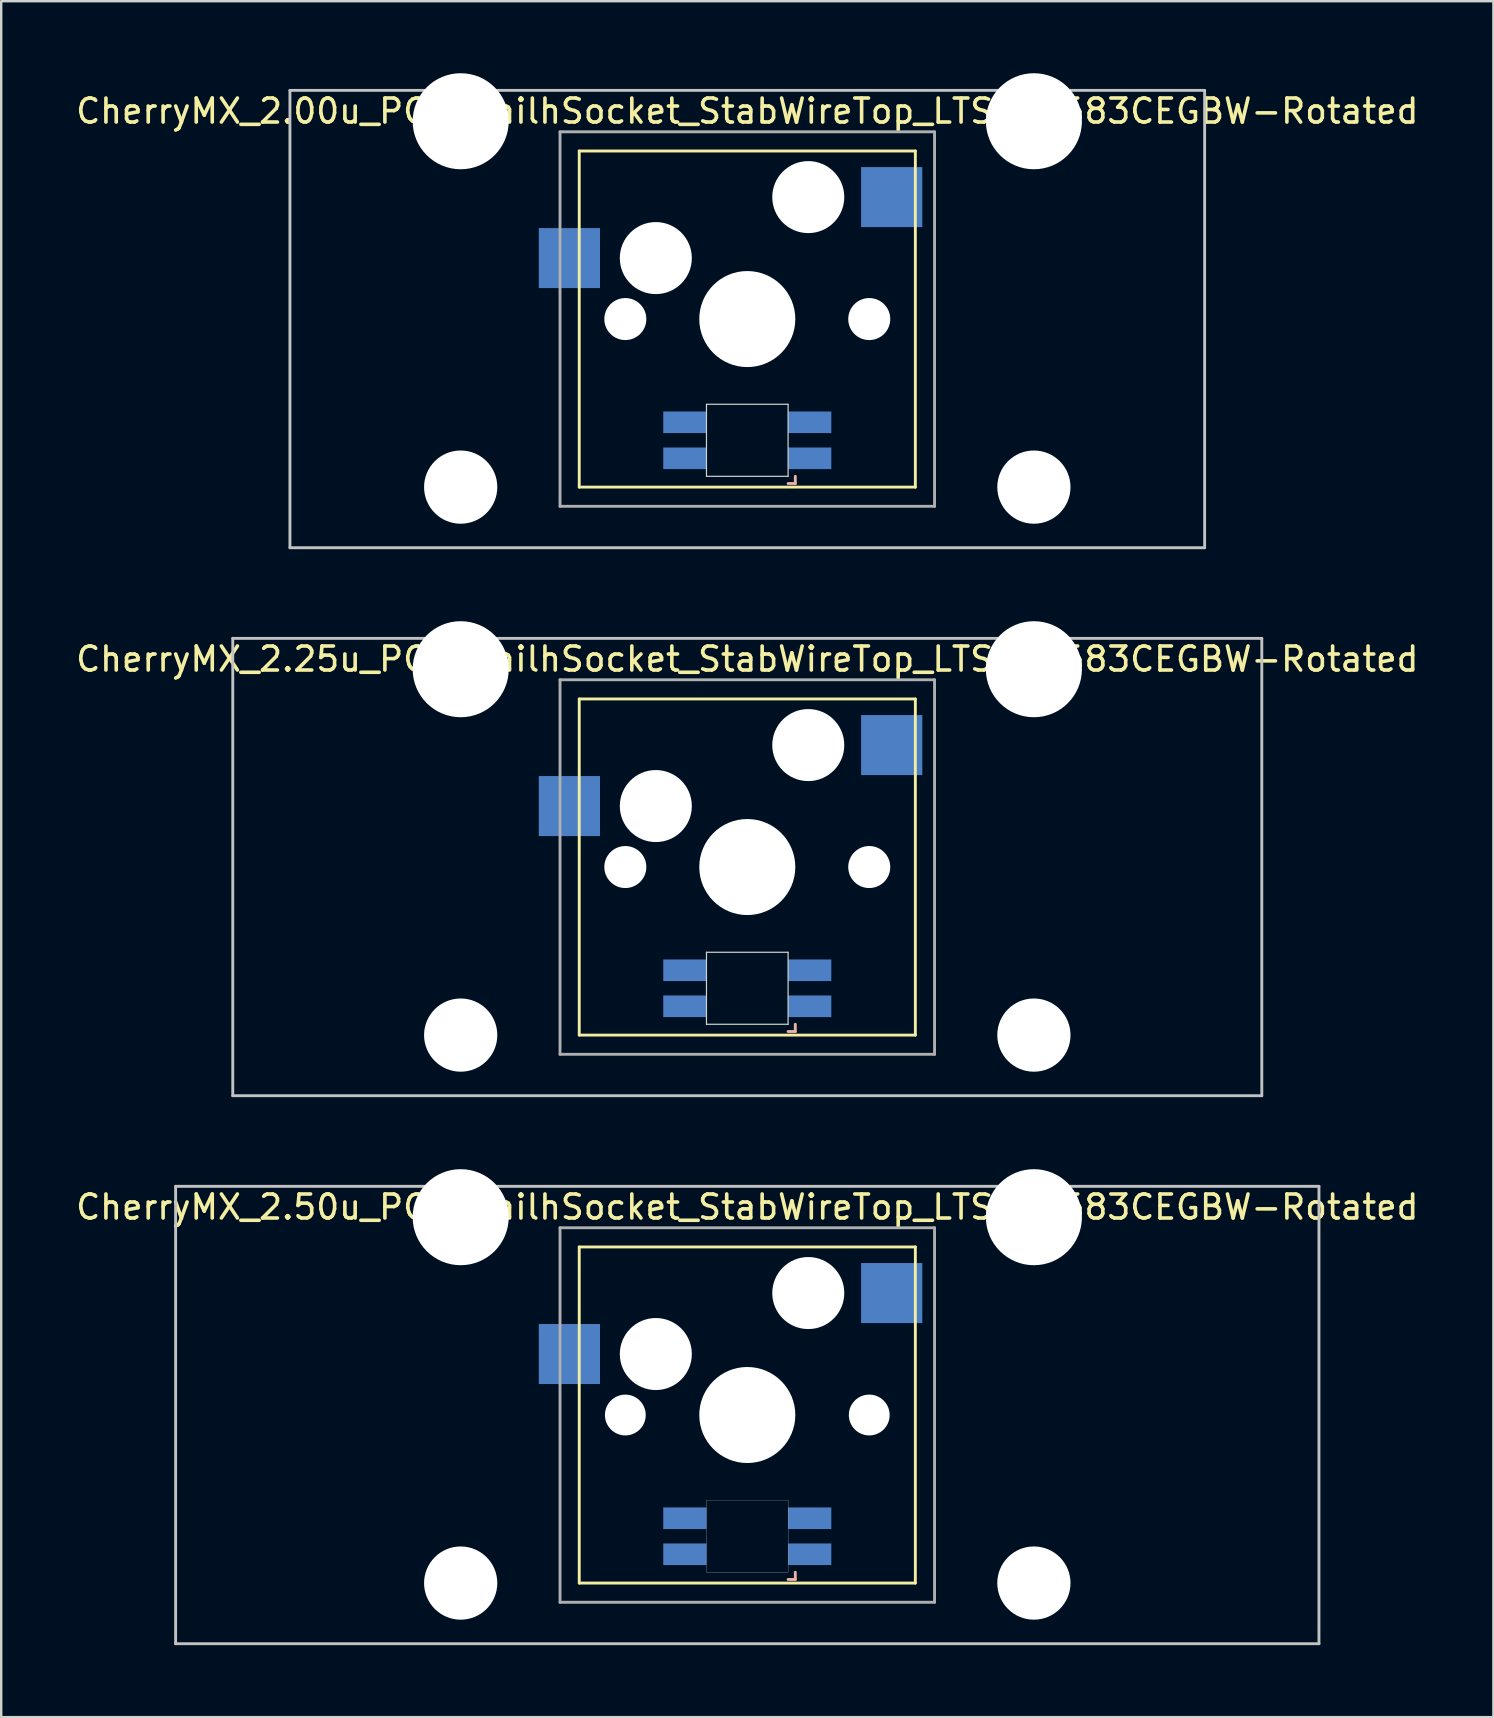
<source format=kicad_pcb>
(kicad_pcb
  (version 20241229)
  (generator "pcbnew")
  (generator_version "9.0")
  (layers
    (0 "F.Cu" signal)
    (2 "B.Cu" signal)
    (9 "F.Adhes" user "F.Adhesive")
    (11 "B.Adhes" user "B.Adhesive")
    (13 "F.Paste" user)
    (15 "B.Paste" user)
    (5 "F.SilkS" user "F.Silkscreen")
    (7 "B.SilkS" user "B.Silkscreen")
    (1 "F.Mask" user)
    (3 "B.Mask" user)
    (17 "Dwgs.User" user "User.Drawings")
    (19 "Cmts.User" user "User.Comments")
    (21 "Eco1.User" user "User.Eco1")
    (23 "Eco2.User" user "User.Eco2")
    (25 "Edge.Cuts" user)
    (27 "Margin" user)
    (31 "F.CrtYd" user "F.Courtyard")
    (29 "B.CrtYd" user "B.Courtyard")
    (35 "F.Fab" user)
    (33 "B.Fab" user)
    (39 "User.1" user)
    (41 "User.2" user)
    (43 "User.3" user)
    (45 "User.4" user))
  (footprint "CherryMX_2.25u_PCB_KailhSocket_StabWireTop_LTST-A683CEGBW-Rotated"
    (layer "F.Cu")
    (at 28.077 33.065)
    (property "Reference" "CherryMX_2.25u_PCB_KailhSocket_StabWireTop_LTST-A683CEGBW-Rotated" (at 0 -8.662 0) (layer "F.SilkS") (effects (font (size 1 1) (thickness 0.15))))
    (attr through_hole)
    (fp_line (start -7 -7) (end -7 7) (stroke (width 0.12) (type solid)) (layer "F.SilkS"))
    (fp_line (start -7 -7) (end 7 -7) (stroke (width 0.12) (type solid)) (layer "F.SilkS"))
    (fp_line (start 7 -7) (end 7 7) (stroke (width 0.12) (type solid)) (layer "F.SilkS"))
    (fp_line (start 7 7) (end -7 7) (stroke (width 0.12) (type solid)) (layer "F.SilkS"))
    (fp_line (start 1.7 6.85) (end 2 6.85) (stroke (width 0.12) (type solid)) (layer "B.SilkS"))
    (fp_line (start 2 6.85) (end 2 6.55) (stroke (width 0.12) (type solid)) (layer "B.SilkS"))
    (fp_line (start -21.431 -9.525) (end 21.431 -9.525) (stroke (width 0.12) (type solid)) (layer "Dwgs.User"))
    (fp_line (start -21.431 9.525) (end -21.431 -9.525) (stroke (width 0.12) (type solid)) (layer "Dwgs.User"))
    (fp_line (start 21.431 -9.525) (end 21.431 9.525) (stroke (width 0.12) (type solid)) (layer "Dwgs.User"))
    (fp_line (start 21.431 9.525) (end -21.431 9.525) (stroke (width 0.12) (type solid)) (layer "Dwgs.User"))
    (fp_line (start -1.7 3.55) (end 1.7 3.55) (stroke (width 0.05) (type solid)) (layer "Edge.Cuts"))
    (fp_line (start -1.7 6.55) (end -1.7 3.55) (stroke (width 0.05) (type solid)) (layer "Edge.Cuts"))
    (fp_line (start 1.7 3.55) (end 1.7 6.55) (stroke (width 0.05) (type solid)) (layer "Edge.Cuts"))
    (fp_line (start 1.7 6.55) (end -1.7 6.55) (stroke (width 0.05) (type solid)) (layer "Edge.Cuts"))
    (fp_line (start -7.8 -7.8) (end -7.8 7.8) (stroke (width 0.12) (type solid)) (layer "F.Fab"))
    (fp_line (start -7.8 -7.8) (end 7.8 -7.8) (stroke (width 0.12) (type solid)) (layer "F.Fab"))
    (fp_line (start -7.8 7.8) (end 7.8 7.8) (stroke (width 0.12) (type solid)) (layer "F.Fab"))
    (fp_line (start 7.8 -7.8) (end 7.8 7.8) (stroke (width 0.12) (type solid)) (layer "F.Fab"))
    (pad "" np_thru_hole circle (at -11.938 -8.24) (size 4 4) (drill 4) (layers "*.Cu" "*.Mask"))
    (pad "" np_thru_hole circle (at -11.938 7) (size 3.05 3.05) (drill 3.05) (layers "*.Cu" "*.Mask"))
    (pad "" np_thru_hole circle (at -5.08 0) (size 1.75 1.75) (drill 1.75) (layers "*.Cu" "*.Mask"))
    (pad "" np_thru_hole circle (at -3.81 -2.54) (size 3 3) (drill 3) (layers "*.Cu" "*.Mask"))
    (pad "" np_thru_hole circle (at 0 0) (size 4 4) (drill 4) (layers "*.Cu" "*.Mask"))
    (pad "" np_thru_hole circle (at 2.54 -5.08) (size 3 3) (drill 3) (layers "*.Cu" "*.Mask"))
    (pad "" np_thru_hole circle (at 5.08 0) (size 1.75 1.75) (drill 1.75) (layers "*.Cu" "*.Mask"))
    (pad "" np_thru_hole circle (at 11.938 -8.24) (size 4 4) (drill 4) (layers "*.Cu" "*.Mask"))
    (pad "" np_thru_hole circle (at 11.938 7) (size 3.05 3.05) (drill 3.05) (layers "*.Cu" "*.Mask"))
    (pad "1" smd rect (at -7.41 -2.54) (size 2.55 2.5) (layers "B.Cu" "B.Mask" "B.Paste"))
    (pad "2" smd rect (at 6.015 -5.08) (size 2.55 2.5) (layers "B.Cu" "B.Mask" "B.Paste"))
    (pad "3" smd rect (at 2.6 5.8) (size 1.8 0.9) (layers "B.Cu" "B.Mask" "B.Paste"))
    (pad "4" smd rect (at 2.6 4.3) (size 1.8 0.9) (layers "B.Cu" "B.Mask" "B.Paste"))
    (pad "5" smd rect (at -2.6 5.8) (size 1.8 0.9) (layers "B.Cu" "B.Mask" "B.Paste"))
    (pad "6" smd rect (at -2.6 4.3) (size 1.8 0.9) (layers "B.Cu" "B.Mask" "B.Paste")))
  (footprint "CherryMX_2.00u_PCB_KailhSocket_StabWireTop_LTST-A683CEGBW-Rotated"
    (layer "F.Cu")
    (at 28.077 10.24)
    (property "Reference" "CherryMX_2.00u_PCB_KailhSocket_StabWireTop_LTST-A683CEGBW-Rotated" (at 0 -8.662 0) (layer "F.SilkS") (effects (font (size 1 1) (thickness 0.15))))
    (attr through_hole)
    (fp_line (start -7 -7) (end -7 7) (stroke (width 0.12) (type solid)) (layer "F.SilkS"))
    (fp_line (start -7 -7) (end 7 -7) (stroke (width 0.12) (type solid)) (layer "F.SilkS"))
    (fp_line (start 7 -7) (end 7 7) (stroke (width 0.12) (type solid)) (layer "F.SilkS"))
    (fp_line (start 7 7) (end -7 7) (stroke (width 0.12) (type solid)) (layer "F.SilkS"))
    (fp_line (start 1.7 6.85) (end 2 6.85) (stroke (width 0.12) (type solid)) (layer "B.SilkS"))
    (fp_line (start 2 6.85) (end 2 6.55) (stroke (width 0.12) (type solid)) (layer "B.SilkS"))
    (fp_line (start -19.05 -9.525) (end 19.05 -9.525) (stroke (width 0.12) (type solid)) (layer "Dwgs.User"))
    (fp_line (start -19.05 9.525) (end -19.05 -9.525) (stroke (width 0.12) (type solid)) (layer "Dwgs.User"))
    (fp_line (start 19.05 -9.525) (end 19.05 9.525) (stroke (width 0.12) (type solid)) (layer "Dwgs.User"))
    (fp_line (start 19.05 9.525) (end -19.05 9.525) (stroke (width 0.12) (type solid)) (layer "Dwgs.User"))
    (fp_line (start -1.7 3.55) (end 1.7 3.55) (stroke (width 0.05) (type solid)) (layer "Edge.Cuts"))
    (fp_line (start -1.7 6.55) (end -1.7 3.55) (stroke (width 0.05) (type solid)) (layer "Edge.Cuts"))
    (fp_line (start 1.7 3.55) (end 1.7 6.55) (stroke (width 0.05) (type solid)) (layer "Edge.Cuts"))
    (fp_line (start 1.7 6.55) (end -1.7 6.55) (stroke (width 0.05) (type solid)) (layer "Edge.Cuts"))
    (fp_line (start -7.8 -7.8) (end -7.8 7.8) (stroke (width 0.12) (type solid)) (layer "F.Fab"))
    (fp_line (start -7.8 -7.8) (end 7.8 -7.8) (stroke (width 0.12) (type solid)) (layer "F.Fab"))
    (fp_line (start -7.8 7.8) (end 7.8 7.8) (stroke (width 0.12) (type solid)) (layer "F.Fab"))
    (fp_line (start 7.8 -7.8) (end 7.8 7.8) (stroke (width 0.12) (type solid)) (layer "F.Fab"))
    (pad "" np_thru_hole circle (at -11.938 -8.24) (size 4 4) (drill 4) (layers "*.Cu" "*.Mask"))
    (pad "" np_thru_hole circle (at -11.938 7) (size 3.05 3.05) (drill 3.05) (layers "*.Cu" "*.Mask"))
    (pad "" np_thru_hole circle (at -5.08 0) (size 1.75 1.75) (drill 1.75) (layers "*.Cu" "*.Mask"))
    (pad "" np_thru_hole circle (at -3.81 -2.54) (size 3 3) (drill 3) (layers "*.Cu" "*.Mask"))
    (pad "" np_thru_hole circle (at 0 0) (size 4 4) (drill 4) (layers "*.Cu" "*.Mask"))
    (pad "" np_thru_hole circle (at 2.54 -5.08) (size 3 3) (drill 3) (layers "*.Cu" "*.Mask"))
    (pad "" np_thru_hole circle (at 5.08 0) (size 1.75 1.75) (drill 1.75) (layers "*.Cu" "*.Mask"))
    (pad "" np_thru_hole circle (at 11.938 -8.24) (size 4 4) (drill 4) (layers "*.Cu" "*.Mask"))
    (pad "" np_thru_hole circle (at 11.938 7) (size 3.05 3.05) (drill 3.05) (layers "*.Cu" "*.Mask"))
    (pad "1" smd rect (at -7.41 -2.54) (size 2.55 2.5) (layers "B.Cu" "B.Mask" "B.Paste"))
    (pad "2" smd rect (at 6.015 -5.08) (size 2.55 2.5) (layers "B.Cu" "B.Mask" "B.Paste"))
    (pad "3" smd rect (at 2.6 5.8 180) (size 1.8 0.9) (layers "B.Cu" "B.Mask" "B.Paste"))
    (pad "4" smd rect (at 2.6 4.3 180) (size 1.8 0.9) (layers "B.Cu" "B.Mask" "B.Paste"))
    (pad "5" smd rect (at -2.6 5.8 180) (size 1.8 0.9) (layers "B.Cu" "B.Mask" "B.Paste"))
    (pad "6" smd rect (at -2.6 4.3 180) (size 1.8 0.9) (layers "B.Cu" "B.Mask" "B.Paste")))
  (footprint "CherryMX_2.50u_PCB_KailhSocket_StabWireTop_LTST-A683CEGBW-Rotated"
    (layer "F.Cu")
    (at 28.077 55.89)
    (property "Reference" "CherryMX_2.50u_PCB_KailhSocket_StabWireTop_LTST-A683CEGBW-Rotated" (at 0 -8.662 0) (layer "F.SilkS") (effects (font (size 1 1) (thickness 0.15))))
    (attr through_hole)
    (fp_line (start -7 -7) (end -7 7) (stroke (width 0.12) (type solid)) (layer "F.SilkS"))
    (fp_line (start -7 -7) (end 7 -7) (stroke (width 0.12) (type solid)) (layer "F.SilkS"))
    (fp_line (start 7 -7) (end 7 7) (stroke (width 0.12) (type solid)) (layer "F.SilkS"))
    (fp_line (start 7 7) (end -7 7) (stroke (width 0.12) (type solid)) (layer "F.SilkS"))
    (fp_line (start 1.7 6.85) (end 2 6.85) (stroke (width 0.12) (type solid)) (layer "B.SilkS"))
    (fp_line (start 2 6.85) (end 2 6.55) (stroke (width 0.12) (type solid)) (layer "B.SilkS"))
    (fp_line (start -23.812 -9.525) (end 23.812 -9.525) (stroke (width 0.12) (type solid)) (layer "Dwgs.User"))
    (fp_line (start -23.812 9.525) (end -23.812 -9.525) (stroke (width 0.12) (type solid)) (layer "Dwgs.User"))
    (fp_line (start 23.812 -9.525) (end 23.812 9.525) (stroke (width 0.12) (type solid)) (layer "Dwgs.User"))
    (fp_line (start 23.812 9.525) (end -23.812 9.525) (stroke (width 0.12) (type solid)) (layer "Dwgs.User"))
    (fp_poly (pts (xy -1.7 3.55) (xy 1.7 3.55) (xy 1.7 6.55) (xy -1.7 6.55)) (stroke (width 0.01) (type solid)) (fill no) (layer "Edge.Cuts"))
    (fp_line (start -7.8 -7.8) (end -7.8 7.8) (stroke (width 0.12) (type solid)) (layer "F.Fab"))
    (fp_line (start -7.8 -7.8) (end 7.8 -7.8) (stroke (width 0.12) (type solid)) (layer "F.Fab"))
    (fp_line (start -7.8 7.8) (end 7.8 7.8) (stroke (width 0.12) (type solid)) (layer "F.Fab"))
    (fp_line (start 7.8 -7.8) (end 7.8 7.8) (stroke (width 0.12) (type solid)) (layer "F.Fab"))
    (pad "" np_thru_hole circle (at -11.938 -8.24) (size 4 4) (drill 4) (layers "*.Cu" "*.Mask"))
    (pad "" np_thru_hole circle (at -11.938 7) (size 3.05 3.05) (drill 3.05) (layers "*.Cu" "*.Mask"))
    (pad "" np_thru_hole circle (at -5.08 0) (size 1.7 1.7) (drill 1.7) (layers "*.Cu" "*.Mask"))
    (pad "" np_thru_hole circle (at -3.81 -2.54) (size 3 3) (drill 3) (layers "*.Cu" "*.Mask"))
    (pad "" np_thru_hole circle (at 0 0) (size 4 4) (drill 4) (layers "*.Cu" "*.Mask"))
    (pad "" np_thru_hole circle (at 2.54 -5.08) (size 3 3) (drill 3) (layers "*.Cu" "*.Mask"))
    (pad "" np_thru_hole circle (at 5.08 0) (size 1.7 1.7) (drill 1.7) (layers "*.Cu" "*.Mask"))
    (pad "" np_thru_hole circle (at 11.938 -8.24) (size 4 4) (drill 4) (layers "*.Cu" "*.Mask"))
    (pad "" np_thru_hole circle (at 11.938 7) (size 3.05 3.05) (drill 3.05) (layers "*.Cu" "*.Mask"))
    (pad "1" smd rect (at -7.41 -2.54) (size 2.55 2.5) (layers "B.Cu" "B.Mask" "B.Paste"))
    (pad "2" smd rect (at 6.015 -5.08) (size 2.55 2.5) (layers "B.Cu" "B.Mask" "B.Paste"))
    (pad "3" smd rect (at 2.6 5.8 180) (size 1.8 0.9) (layers "B.Cu" "B.Mask" "B.Paste"))
    (pad "4" smd rect (at 2.6 4.3 180) (size 1.8 0.9) (layers "B.Cu" "B.Mask" "B.Paste"))
    (pad "5" smd rect (at -2.6 5.8 180) (size 1.8 0.9) (layers "B.Cu" "B.Mask" "B.Paste"))
    (pad "6" smd rect (at -2.6 4.3 180) (size 1.8 0.9) (layers "B.Cu" "B.Mask" "B.Paste")))
  (gr_rect
    (start -3 -3)
    (end 59.155 68.475)
    (stroke (width 0.1) (type default))
    (fill no)
    (layer "Edge.Cuts")))
</source>
